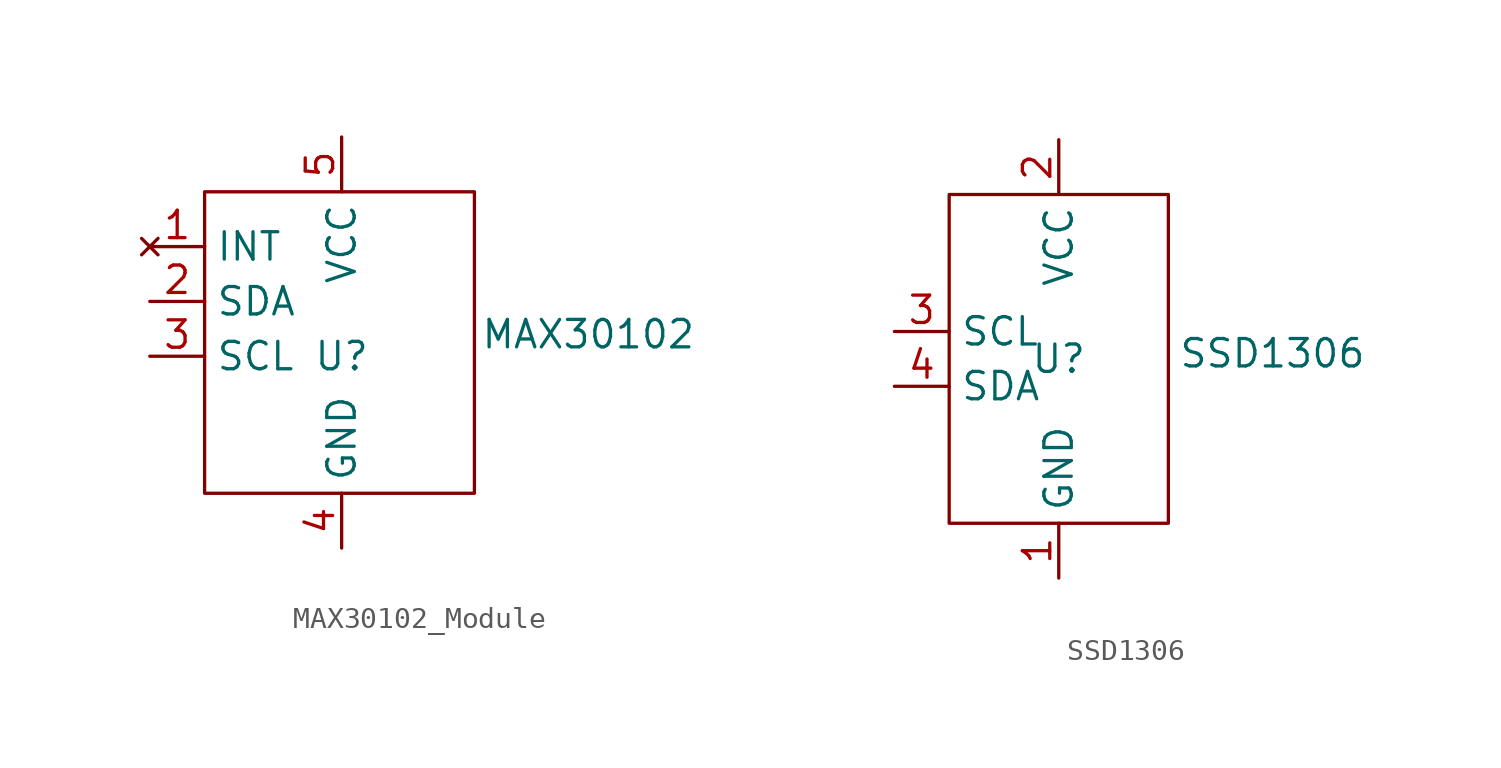
<source format=kicad_sym>
(kicad_symbol_lib
  (version 20241209)
  (generator "kicad_symbol_editor")
  (generator_version "9.0")
  (symbol "MAX30102_Module"
    (property "Reference" "U"
      (at 0 0 0)
      (effects (font (size 1.27 1.27))))
    (property "Value" "MAX30102"
      (at 11.43 1.016 0)
      (effects (font (size 1.27 1.27))))
    (symbol "MAX30102_Module_0_1"
      (rectangle (start -6.35 7.62) (end 6.152 -6.35) (stroke (width 0) (type default)) (fill (type none))))
    (symbol "MAX30102_Module_1_1"
      (pin no_connect line (at -8.89 5.08 0) (length 2.54) (name "INT" (effects (font (size 1.27 1.27)))) (number "1" (effects (font (size 1.27 1.27)))))
      (pin bidirectional line (at -8.89 2.54 0) (length 2.54) (name "SDA" (effects (font (size 1.27 1.27)))) (number "2" (effects (font (size 1.27 1.27)))))
      (pin input line (at -8.89 0 0) (length 2.54) (name "SCL" (effects (font (size 1.27 1.27)))) (number "3" (effects (font (size 1.27 1.27)))))
      (pin power_in line (at 0 10.16 270) (length 2.54) (name "VCC" (effects (font (size 1.27 1.27)))) (number "5" (effects (font (size 1.27 1.27)))))
      (pin power_in line (at 0 -8.89 90) (length 2.54) (name "GND" (effects (font (size 1.27 1.27)))) (number "4" (effects (font (size 1.27 1.27)))))))
  (symbol "SSD1306"
    (property "Reference" "U"
      (at 0 0 0)
      (effects (font (size 1.27 1.27))))
    (property "Value" "SSD1306"
      (at 9.906 0.254 0)
      (effects (font (size 1.27 1.27))))
    (symbol "SSD1306_0_1"
      (rectangle (start -5.08 7.62) (end 5.08 -7.62) (stroke (width 0) (type default)) (fill (type none))))
    (symbol "SSD1306_1_1"
      (pin input line (at -7.62 1.27 0) (length 2.54) (name "SCL" (effects (font (size 1.27 1.27)))) (number "3" (effects (font (size 1.27 1.27)))))
      (pin bidirectional line (at -7.62 -1.27 0) (length 2.54) (name "SDA" (effects (font (size 1.27 1.27)))) (number "4" (effects (font (size 1.27 1.27)))))
      (pin power_in line (at 0 10.16 270) (length 2.54) (name "VCC" (effects (font (size 1.27 1.27)))) (number "2" (effects (font (size 1.27 1.27)))))
      (pin power_in line (at 0 -10.16 90) (length 2.54) (name "GND" (effects (font (size 1.27 1.27)))) (number "1" (effects (font (size 1.27 1.27))))))))
</source>
